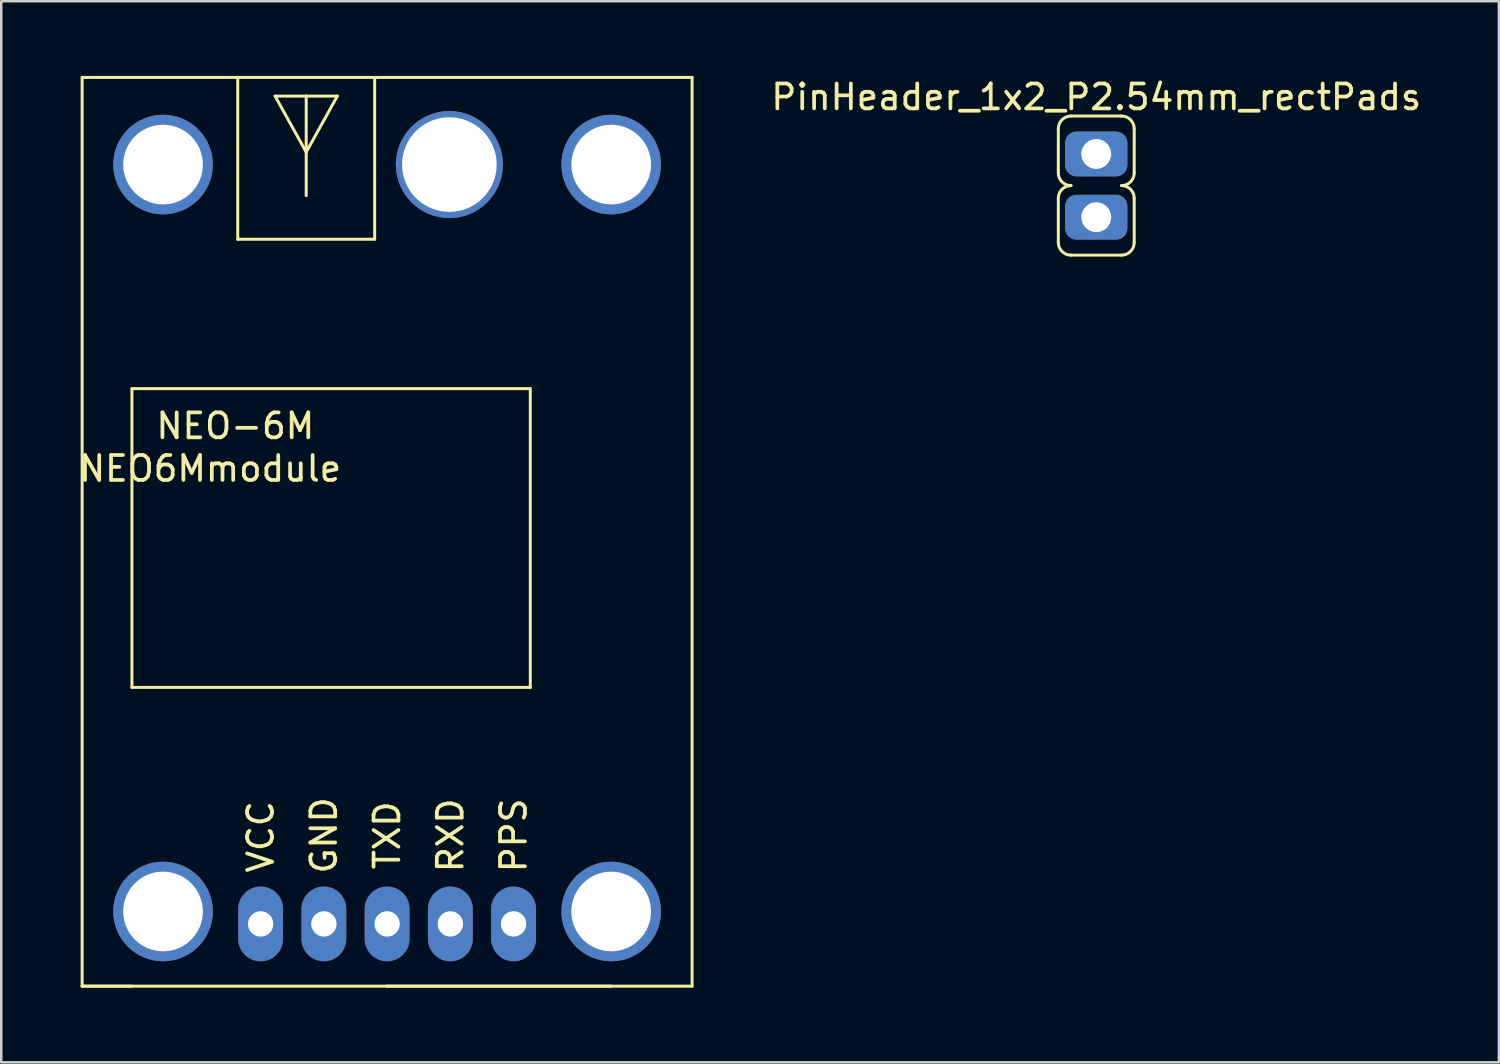
<source format=kicad_pcb>
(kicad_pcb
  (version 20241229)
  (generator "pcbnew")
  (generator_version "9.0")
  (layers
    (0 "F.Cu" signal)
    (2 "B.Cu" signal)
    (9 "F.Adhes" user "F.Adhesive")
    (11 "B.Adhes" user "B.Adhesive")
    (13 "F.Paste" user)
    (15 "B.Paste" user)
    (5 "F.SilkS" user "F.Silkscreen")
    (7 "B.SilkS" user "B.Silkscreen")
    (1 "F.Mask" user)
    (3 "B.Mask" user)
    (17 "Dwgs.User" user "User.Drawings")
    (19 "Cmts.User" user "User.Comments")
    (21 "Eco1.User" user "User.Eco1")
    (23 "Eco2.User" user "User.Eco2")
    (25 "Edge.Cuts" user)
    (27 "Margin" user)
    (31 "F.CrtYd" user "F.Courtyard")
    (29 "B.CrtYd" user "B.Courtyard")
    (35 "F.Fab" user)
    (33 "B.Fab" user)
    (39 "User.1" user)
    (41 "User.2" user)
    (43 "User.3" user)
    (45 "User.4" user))
  (footprint "PinHeader_1x2_P2.54mm_rectPads"
    (layer "F.Cu")
    (at 40.982 3.134)
    (property "Reference" "PinHeader_1x2_P2.54mm_rectPads" (at 0 -2.286 0) (layer "F.SilkS") (effects (font (size 1 1) (thickness 0.15))))
    (attr through_hole)
    (fp_line (start -1.524 0.635) (end -1.524 -1.016) (stroke (width 0.12) (type solid)) (layer "F.SilkS"))
    (fp_line (start -1.524 0.762) (end -1.524 0.635) (stroke (width 0.12) (type solid)) (layer "F.SilkS"))
    (fp_line (start -1.524 3.556) (end -1.524 1.778) (stroke (width 0.12) (type solid)) (layer "F.SilkS"))
    (fp_line (start -1.016 -1.524) (end 1.016 -1.524) (stroke (width 0.12) (type solid)) (layer "F.SilkS"))
    (fp_line (start -1.016 4.064) (end 1.016 4.064) (stroke (width 0.12) (type solid)) (layer "F.SilkS"))
    (fp_line (start 1.524 0.762) (end 1.524 -1.016) (stroke (width 0.12) (type solid)) (layer "F.SilkS"))
    (fp_line (start 1.524 3.556) (end 1.524 1.778) (stroke (width 0.12) (type solid)) (layer "F.SilkS"))
    (fp_arc (start -1.524 -1.016) (mid -1.37521 -1.37521) (end -1.016 -1.524) (stroke (width 0.12) (type solid)) (layer "F.SilkS"))
    (fp_arc (start -1.524 1.778) (mid -1.37521 1.41879) (end -1.016 1.27) (stroke (width 0.12) (type solid)) (layer "F.SilkS"))
    (fp_arc (start -1.016 1.27) (mid -1.37521 1.12121) (end -1.524 0.762) (stroke (width 0.12) (type solid)) (layer "F.SilkS"))
    (fp_arc (start -1.016 4.064) (mid -1.37521 3.91521) (end -1.524 3.556) (stroke (width 0.12) (type solid)) (layer "F.SilkS"))
    (fp_arc (start 1.016 -1.524) (mid 1.37521 -1.37521) (end 1.524 -1.016) (stroke (width 0.12) (type solid)) (layer "F.SilkS"))
    (fp_arc (start 1.016 1.27) (mid 1.37521 1.41879) (end 1.524 1.778) (stroke (width 0.12) (type solid)) (layer "F.SilkS"))
    (fp_arc (start 1.524 0.762) (mid 1.37521 1.12121) (end 1.016 1.27) (stroke (width 0.12) (type solid)) (layer "F.SilkS"))
    (fp_arc (start 1.524 3.556) (mid 1.37521 3.91521) (end 1.016 4.064) (stroke (width 0.12) (type solid)) (layer "F.SilkS"))
    (pad "1" thru_hole roundrect (at 0 0) (size 2.5 1.8) (drill 1.2) (layers "*.Cu" "*.Mask") (roundrect_rratio 0.25))
    (pad "9" thru_hole roundrect (at 0 2.54) (size 2.5 1.8) (drill 1.2) (layers "*.Cu" "*.Mask") (roundrect_rratio 0.25)))
  (footprint "NEO6Mmodule"
    (layer "F.Cu")
    (at 12.499 34.06)
    (property "Reference" "NEO6Mmodule" (at -7.112 -18.288 0) (layer "F.SilkS") (effects (font (size 1 1) (thickness 0.15))))
    (attr through_hole)
    (fp_line (start -12.25 -34) (end 12.25 -34) (stroke (width 0.12) (type solid)) (layer "F.SilkS"))
    (fp_line (start -12.25 2.5) (end -12.25 -34) (stroke (width 0.12) (type solid)) (layer "F.SilkS"))
    (fp_line (start -12.25 2.5) (end -10.25 2.5) (stroke (width 0.12) (type solid)) (layer "F.SilkS"))
    (fp_line (start -12.25 2.5) (end 0 2.5) (stroke (width 0.12) (type solid)) (layer "F.SilkS"))
    (fp_line (start -10.25 -21.5) (end -10.25 -9.5) (stroke (width 0.12) (type solid)) (layer "F.SilkS"))
    (fp_line (start -10.25 -9.5) (end 5.75 -9.5) (stroke (width 0.12) (type solid)) (layer "F.SilkS"))
    (fp_line (start -6 -27.5) (end -6 -34) (stroke (width 0.12) (type solid)) (layer "F.SilkS"))
    (fp_line (start -6 -27.5) (end -0.5 -27.5) (stroke (width 0.12) (type solid)) (layer "F.SilkS"))
    (fp_line (start -4.5 -33.25) (end -3.25 -31) (stroke (width 0.12) (type solid)) (layer "F.SilkS"))
    (fp_line (start -3.25 -33.25) (end -4.5 -33.25) (stroke (width 0.12) (type solid)) (layer "F.SilkS"))
    (fp_line (start -3.25 -31) (end -2 -33.25) (stroke (width 0.12) (type solid)) (layer "F.SilkS"))
    (fp_line (start -3.25 -29.25) (end -3.25 -33.25) (stroke (width 0.12) (type solid)) (layer "F.SilkS"))
    (fp_line (start -2 -33.25) (end -3.25 -33.25) (stroke (width 0.12) (type solid)) (layer "F.SilkS"))
    (fp_line (start -0.5 -27.5) (end -0.5 -34) (stroke (width 0.12) (type solid)) (layer "F.SilkS"))
    (fp_line (start 0 2.5) (end 9 2.5) (stroke (width 0.12) (type solid)) (layer "F.SilkS"))
    (fp_line (start 0 2.5) (end 12.25 2.5) (stroke (width 0.12) (type solid)) (layer "F.SilkS"))
    (fp_line (start 5.75 -21.5) (end -10.25 -21.5) (stroke (width 0.12) (type solid)) (layer "F.SilkS"))
    (fp_line (start 5.75 -9.5) (end 5.75 -21.5) (stroke (width 0.12) (type solid)) (layer "F.SilkS"))
    (fp_line (start 12.25 2.5) (end 12.25 -34) (stroke (width 0.12) (type solid)) (layer "F.SilkS"))
    (fp_text user "TXD" (at 0 -3.556 90) (layer "F.SilkS") (effects (font (size 1 1) (thickness 0.15))))
    (fp_text user "PPS" (at 5.08 -3.556 90) (layer "F.SilkS") (effects (font (size 1 1) (thickness 0.15))))
    (fp_text user "RXD" (at 2.54 -3.556 90) (layer "F.SilkS") (effects (font (size 1 1) (thickness 0.15))))
    (fp_text user "NEO-6M" (at -6.096 -20 0) (layer "F.SilkS") (effects (font (size 1 1) (thickness 0.15))))
    (fp_text user "VCC" (at -5.08 -3.5 90) (layer "F.SilkS") (effects (font (size 1 1) (thickness 0.15))))
    (fp_text user "GND" (at -2.54 -3.556 90) (layer "F.SilkS") (effects (font (size 1 1) (thickness 0.15))))
    (pad "" thru_hole circle (at -9 -30.5) (size 4 4) (drill 3.2) (layers "*.Cu" "*.Mask"))
    (pad "" thru_hole circle (at -9 -0.5) (size 4 4) (drill 3.2) (layers "*.Cu" "*.Mask"))
    (pad "" thru_hole circle (at 2.5 -30.5) (size 4.3 4.3) (drill 3.8) (layers "*.Cu" "*.Mask"))
    (pad "" thru_hole circle (at 9 -30.5) (size 4 4) (drill 3.2) (layers "*.Cu" "*.Mask"))
    (pad "" thru_hole circle (at 9 -0.5) (size 4 4) (drill 3.2) (layers "*.Cu" "*.Mask"))
    (pad "1" thru_hole oval (at -5.08 0) (size 1.8 3) (drill 1.02) (layers "*.Cu" "*.Mask"))
    (pad "2" thru_hole oval (at -2.54 0) (size 1.8 3) (drill 1.02) (layers "*.Cu" "*.Mask"))
    (pad "3" thru_hole oval (at 0 0) (size 1.8 3) (drill 1.02) (layers "*.Cu" "*.Mask"))
    (pad "4" thru_hole oval (at 2.54 0) (size 1.8 3) (drill 1.02) (layers "*.Cu" "*.Mask"))
    (pad "5" thru_hole oval (at 5.08 0) (size 1.8 3) (drill 1.02) (layers "*.Cu" "*.Mask")))
  (gr_rect
    (start -3 -3)
    (end 57.154 39.62)
    (stroke (width 0.1) (type default))
    (fill no)
    (layer "Edge.Cuts")))
</source>
